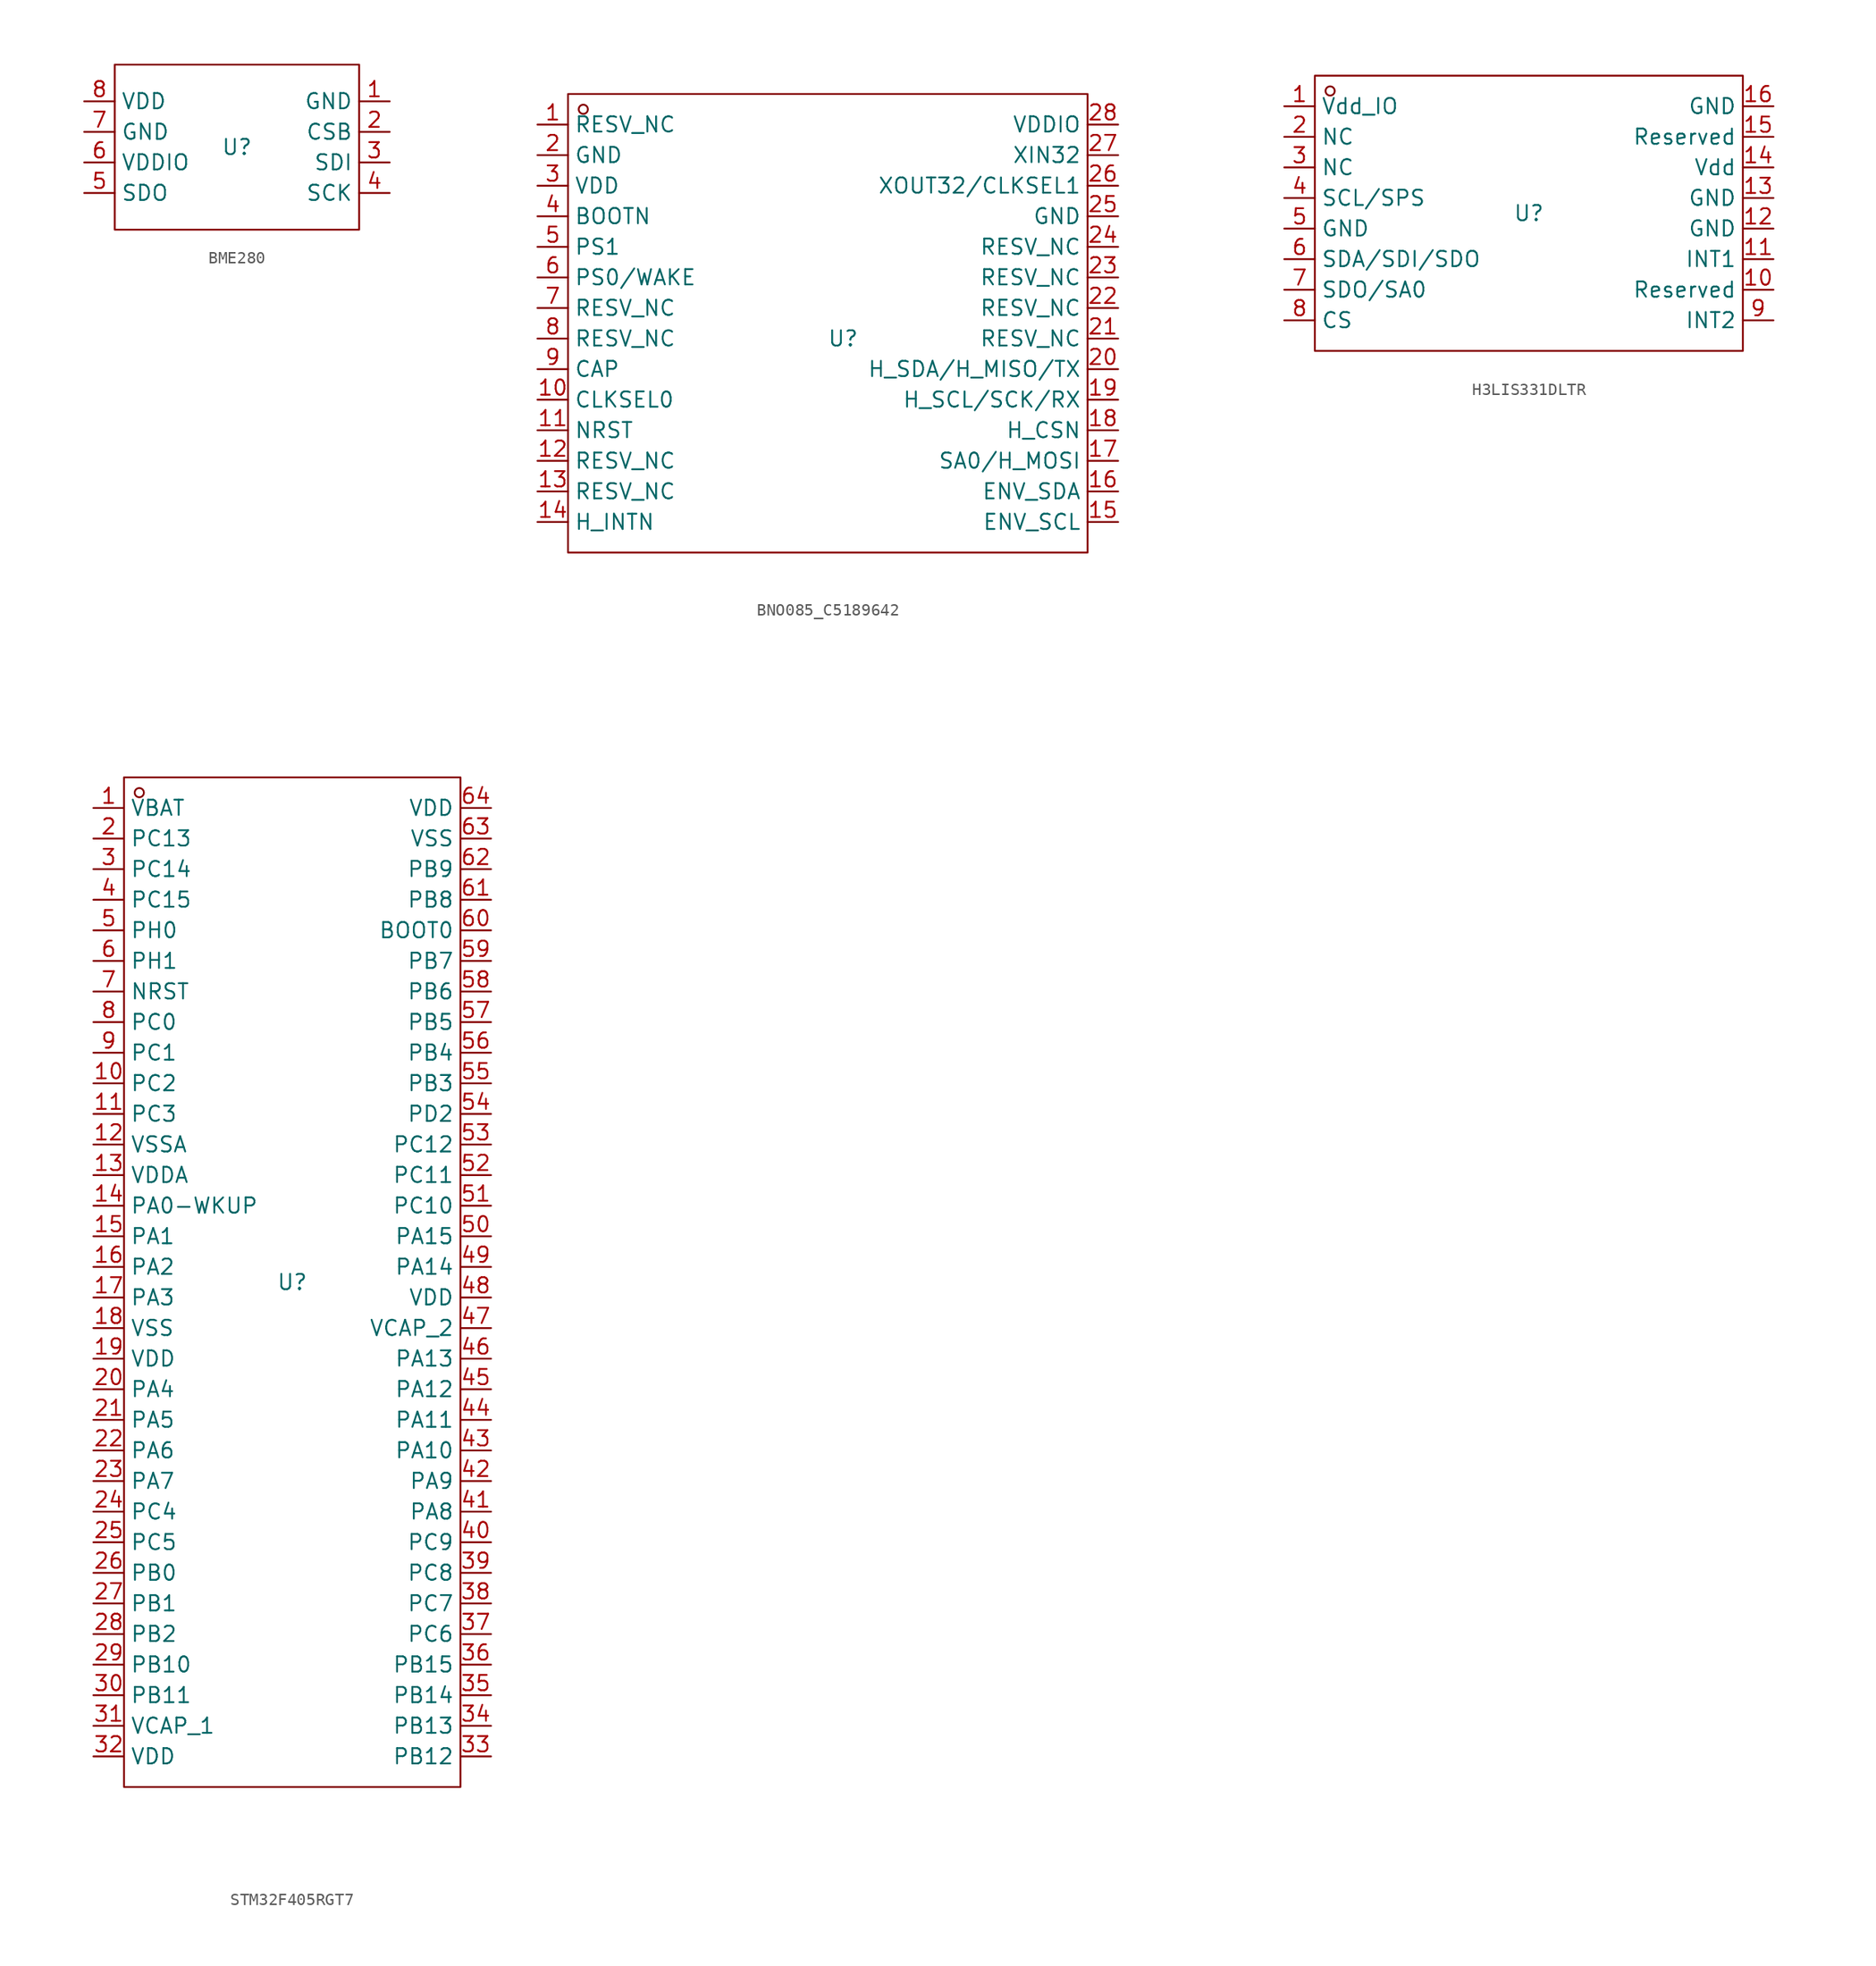
<source format=kicad_sym>
(kicad_symbol_lib
  (version 20241209)
  (generator "kicad_symbol_editor")
  (generator_version "9.0")
  (symbol "BME280"
    (property "Reference" "U"
      (at 0 0 0)
      (effects (font (size 1.27 1.27))))
    (property "Value" ""
      (at 0 0 0)
      (effects (font (size 1.27 1.27))))
    (symbol "BME280_1_0"
      (rectangle (start -10.16 -6.858) (end 10.16 6.858) (stroke (width 0) (type default)) (fill (type none)))
      (pin unspecified line (at -12.7 3.81 0) (length 2.54) (name "VDD" (effects (font (size 1.27 1.27)))) (number "8" (effects (font (size 1.27 1.27)))))
      (pin unspecified line (at -12.7 1.27 0) (length 2.54) (name "GND" (effects (font (size 1.27 1.27)))) (number "7" (effects (font (size 1.27 1.27)))))
      (pin unspecified line (at -12.7 -1.27 0) (length 2.54) (name "VDDIO" (effects (font (size 1.27 1.27)))) (number "6" (effects (font (size 1.27 1.27)))))
      (pin unspecified line (at -12.7 -3.81 0) (length 2.54) (name "SDO" (effects (font (size 1.27 1.27)))) (number "5" (effects (font (size 1.27 1.27)))))
      (pin unspecified line (at 12.7 3.81 180) (length 2.54) (name "GND" (effects (font (size 1.27 1.27)))) (number "1" (effects (font (size 1.27 1.27)))))
      (pin unspecified line (at 12.7 1.27 180) (length 2.54) (name "CSB" (effects (font (size 1.27 1.27)))) (number "2" (effects (font (size 1.27 1.27)))))
      (pin unspecified line (at 12.7 -1.27 180) (length 2.54) (name "SDI" (effects (font (size 1.27 1.27)))) (number "3" (effects (font (size 1.27 1.27)))))
      (pin unspecified line (at 12.7 -3.81 180) (length 2.54) (name "SCK" (effects (font (size 1.27 1.27)))) (number "4" (effects (font (size 1.27 1.27)))))))
  (symbol "BNO085_C5189642"
    (property "Reference" "U"
      (at 0 0 0)
      (effects (font (size 1.27 1.27))))
    (property "Value" ""
      (at 0 0 0)
      (effects (font (size 1.27 1.27))))
    (symbol "BNO085_C5189642_1_0"
      (rectangle (start -22.86 -17.78) (end 20.32 20.32) (stroke (width 0) (type default)) (fill (type none)))
      (circle (center -21.59 19.05) (radius 0.381) (stroke (width 0) (type default)) (fill (type none)))
      (pin unspecified line (at -25.4 17.78 0) (length 2.54) (name "RESV_NC" (effects (font (size 1.27 1.27)))) (number "1" (effects (font (size 1.27 1.27)))))
      (pin unspecified line (at -25.4 15.24 0) (length 2.54) (name "GND" (effects (font (size 1.27 1.27)))) (number "2" (effects (font (size 1.27 1.27)))))
      (pin unspecified line (at -25.4 12.7 0) (length 2.54) (name "VDD" (effects (font (size 1.27 1.27)))) (number "3" (effects (font (size 1.27 1.27)))))
      (pin unspecified line (at -25.4 10.16 0) (length 2.54) (name "BOOTN" (effects (font (size 1.27 1.27)))) (number "4" (effects (font (size 1.27 1.27)))))
      (pin unspecified line (at -25.4 7.62 0) (length 2.54) (name "PS1" (effects (font (size 1.27 1.27)))) (number "5" (effects (font (size 1.27 1.27)))))
      (pin unspecified line (at -25.4 5.08 0) (length 2.54) (name "PS0/WAKE" (effects (font (size 1.27 1.27)))) (number "6" (effects (font (size 1.27 1.27)))))
      (pin unspecified line (at -25.4 2.54 0) (length 2.54) (name "RESV_NC" (effects (font (size 1.27 1.27)))) (number "7" (effects (font (size 1.27 1.27)))))
      (pin unspecified line (at -25.4 0 0) (length 2.54) (name "RESV_NC" (effects (font (size 1.27 1.27)))) (number "8" (effects (font (size 1.27 1.27)))))
      (pin unspecified line (at -25.4 -2.54 0) (length 2.54) (name "CAP" (effects (font (size 1.27 1.27)))) (number "9" (effects (font (size 1.27 1.27)))))
      (pin unspecified line (at -25.4 -5.08 0) (length 2.54) (name "CLKSEL0" (effects (font (size 1.27 1.27)))) (number "10" (effects (font (size 1.27 1.27)))))
      (pin unspecified line (at -25.4 -7.62 0) (length 2.54) (name "NRST" (effects (font (size 1.27 1.27)))) (number "11" (effects (font (size 1.27 1.27)))))
      (pin unspecified line (at -25.4 -10.16 0) (length 2.54) (name "RESV_NC" (effects (font (size 1.27 1.27)))) (number "12" (effects (font (size 1.27 1.27)))))
      (pin unspecified line (at -25.4 -12.7 0) (length 2.54) (name "RESV_NC" (effects (font (size 1.27 1.27)))) (number "13" (effects (font (size 1.27 1.27)))))
      (pin unspecified line (at -25.4 -15.24 0) (length 2.54) (name "H_INTN" (effects (font (size 1.27 1.27)))) (number "14" (effects (font (size 1.27 1.27)))))
      (pin unspecified line (at 22.86 17.78 180) (length 2.54) (name "VDDIO" (effects (font (size 1.27 1.27)))) (number "28" (effects (font (size 1.27 1.27)))))
      (pin unspecified line (at 22.86 15.24 180) (length 2.54) (name "XIN32" (effects (font (size 1.27 1.27)))) (number "27" (effects (font (size 1.27 1.27)))))
      (pin unspecified line (at 22.86 12.7 180) (length 2.54) (name "XOUT32/CLKSEL1" (effects (font (size 1.27 1.27)))) (number "26" (effects (font (size 1.27 1.27)))))
      (pin unspecified line (at 22.86 10.16 180) (length 2.54) (name "GND" (effects (font (size 1.27 1.27)))) (number "25" (effects (font (size 1.27 1.27)))))
      (pin unspecified line (at 22.86 7.62 180) (length 2.54) (name "RESV_NC" (effects (font (size 1.27 1.27)))) (number "24" (effects (font (size 1.27 1.27)))))
      (pin unspecified line (at 22.86 5.08 180) (length 2.54) (name "RESV_NC" (effects (font (size 1.27 1.27)))) (number "23" (effects (font (size 1.27 1.27)))))
      (pin unspecified line (at 22.86 2.54 180) (length 2.54) (name "RESV_NC" (effects (font (size 1.27 1.27)))) (number "22" (effects (font (size 1.27 1.27)))))
      (pin unspecified line (at 22.86 0 180) (length 2.54) (name "RESV_NC" (effects (font (size 1.27 1.27)))) (number "21" (effects (font (size 1.27 1.27)))))
      (pin unspecified line (at 22.86 -2.54 180) (length 2.54) (name "H_SDA/H_MISO/TX" (effects (font (size 1.27 1.27)))) (number "20" (effects (font (size 1.27 1.27)))))
      (pin unspecified line (at 22.86 -5.08 180) (length 2.54) (name "H_SCL/SCK/RX" (effects (font (size 1.27 1.27)))) (number "19" (effects (font (size 1.27 1.27)))))
      (pin unspecified line (at 22.86 -7.62 180) (length 2.54) (name "H_CSN" (effects (font (size 1.27 1.27)))) (number "18" (effects (font (size 1.27 1.27)))))
      (pin unspecified line (at 22.86 -10.16 180) (length 2.54) (name "SA0/H_MOSI" (effects (font (size 1.27 1.27)))) (number "17" (effects (font (size 1.27 1.27)))))
      (pin unspecified line (at 22.86 -12.7 180) (length 2.54) (name "ENV_SDA" (effects (font (size 1.27 1.27)))) (number "16" (effects (font (size 1.27 1.27)))))
      (pin unspecified line (at 22.86 -15.24 180) (length 2.54) (name "ENV_SCL" (effects (font (size 1.27 1.27)))) (number "15" (effects (font (size 1.27 1.27)))))))
  (symbol "H3LIS331DLTR"
    (property "Reference" "U"
      (at 0 0 0)
      (effects (font (size 1.27 1.27))))
    (property "Value" ""
      (at 0 0 0)
      (effects (font (size 1.27 1.27))))
    (symbol "H3LIS331DLTR_1_0"
      (rectangle (start -17.78 -11.43) (end 17.78 11.43) (stroke (width 0) (type default)) (fill (type none)))
      (circle (center -16.51 10.16) (radius 0.381) (stroke (width 0) (type default)) (fill (type none)))
      (pin unspecified line (at -20.32 8.89 0) (length 2.54) (name "Vdd_IO" (effects (font (size 1.27 1.27)))) (number "1" (effects (font (size 1.27 1.27)))))
      (pin unspecified line (at -20.32 6.35 0) (length 2.54) (name "NC" (effects (font (size 1.27 1.27)))) (number "2" (effects (font (size 1.27 1.27)))))
      (pin unspecified line (at -20.32 3.81 0) (length 2.54) (name "NC" (effects (font (size 1.27 1.27)))) (number "3" (effects (font (size 1.27 1.27)))))
      (pin unspecified line (at -20.32 1.27 0) (length 2.54) (name "SCL/SPS" (effects (font (size 1.27 1.27)))) (number "4" (effects (font (size 1.27 1.27)))))
      (pin unspecified line (at -20.32 -1.27 0) (length 2.54) (name "GND" (effects (font (size 1.27 1.27)))) (number "5" (effects (font (size 1.27 1.27)))))
      (pin unspecified line (at -20.32 -3.81 0) (length 2.54) (name "SDA/SDI/SDO" (effects (font (size 1.27 1.27)))) (number "6" (effects (font (size 1.27 1.27)))))
      (pin unspecified line (at -20.32 -6.35 0) (length 2.54) (name "SDO/SA0" (effects (font (size 1.27 1.27)))) (number "7" (effects (font (size 1.27 1.27)))))
      (pin unspecified line (at -20.32 -8.89 0) (length 2.54) (name "CS" (effects (font (size 1.27 1.27)))) (number "8" (effects (font (size 1.27 1.27)))))
      (pin unspecified line (at 20.32 8.89 180) (length 2.54) (name "GND" (effects (font (size 1.27 1.27)))) (number "16" (effects (font (size 1.27 1.27)))))
      (pin unspecified line (at 20.32 6.35 180) (length 2.54) (name "Reserved" (effects (font (size 1.27 1.27)))) (number "15" (effects (font (size 1.27 1.27)))))
      (pin unspecified line (at 20.32 3.81 180) (length 2.54) (name "Vdd" (effects (font (size 1.27 1.27)))) (number "14" (effects (font (size 1.27 1.27)))))
      (pin unspecified line (at 20.32 1.27 180) (length 2.54) (name "GND" (effects (font (size 1.27 1.27)))) (number "13" (effects (font (size 1.27 1.27)))))
      (pin unspecified line (at 20.32 -1.27 180) (length 2.54) (name "GND" (effects (font (size 1.27 1.27)))) (number "12" (effects (font (size 1.27 1.27)))))
      (pin unspecified line (at 20.32 -3.81 180) (length 2.54) (name "INT1" (effects (font (size 1.27 1.27)))) (number "11" (effects (font (size 1.27 1.27)))))
      (pin unspecified line (at 20.32 -6.35 180) (length 2.54) (name "Reserved" (effects (font (size 1.27 1.27)))) (number "10" (effects (font (size 1.27 1.27)))))
      (pin unspecified line (at 20.32 -8.89 180) (length 2.54) (name "INT2" (effects (font (size 1.27 1.27)))) (number "9" (effects (font (size 1.27 1.27)))))))
  (symbol "STM32F405RGT7"
    (property "Reference" "U"
      (at 0 0 0)
      (effects (font (size 1.27 1.27))))
    (property "Value" ""
      (at 0 0 0)
      (effects (font (size 1.27 1.27))))
    (symbol "STM32F405RGT7_1_0"
      (rectangle (start -13.97 -41.91) (end 13.97 41.91) (stroke (width 0) (type default)) (fill (type none)))
      (circle (center -12.7 40.64) (radius 0.381) (stroke (width 0) (type default)) (fill (type none)))
      (pin unspecified line (at -16.51 39.37 0) (length 2.54) (name "VBAT" (effects (font (size 1.27 1.27)))) (number "1" (effects (font (size 1.27 1.27)))))
      (pin unspecified line (at -16.51 36.83 0) (length 2.54) (name "PC13" (effects (font (size 1.27 1.27)))) (number "2" (effects (font (size 1.27 1.27)))))
      (pin unspecified line (at -16.51 34.29 0) (length 2.54) (name "PC14" (effects (font (size 1.27 1.27)))) (number "3" (effects (font (size 1.27 1.27)))))
      (pin unspecified line (at -16.51 31.75 0) (length 2.54) (name "PC15" (effects (font (size 1.27 1.27)))) (number "4" (effects (font (size 1.27 1.27)))))
      (pin unspecified line (at -16.51 29.21 0) (length 2.54) (name "PH0" (effects (font (size 1.27 1.27)))) (number "5" (effects (font (size 1.27 1.27)))))
      (pin unspecified line (at -16.51 26.67 0) (length 2.54) (name "PH1" (effects (font (size 1.27 1.27)))) (number "6" (effects (font (size 1.27 1.27)))))
      (pin unspecified line (at -16.51 24.13 0) (length 2.54) (name "NRST" (effects (font (size 1.27 1.27)))) (number "7" (effects (font (size 1.27 1.27)))))
      (pin unspecified line (at -16.51 21.59 0) (length 2.54) (name "PC0" (effects (font (size 1.27 1.27)))) (number "8" (effects (font (size 1.27 1.27)))))
      (pin unspecified line (at -16.51 19.05 0) (length 2.54) (name "PC1" (effects (font (size 1.27 1.27)))) (number "9" (effects (font (size 1.27 1.27)))))
      (pin unspecified line (at -16.51 16.51 0) (length 2.54) (name "PC2" (effects (font (size 1.27 1.27)))) (number "10" (effects (font (size 1.27 1.27)))))
      (pin unspecified line (at -16.51 13.97 0) (length 2.54) (name "PC3" (effects (font (size 1.27 1.27)))) (number "11" (effects (font (size 1.27 1.27)))))
      (pin unspecified line (at -16.51 11.43 0) (length 2.54) (name "VSSA" (effects (font (size 1.27 1.27)))) (number "12" (effects (font (size 1.27 1.27)))))
      (pin unspecified line (at -16.51 8.89 0) (length 2.54) (name "VDDA" (effects (font (size 1.27 1.27)))) (number "13" (effects (font (size 1.27 1.27)))))
      (pin unspecified line (at -16.51 6.35 0) (length 2.54) (name "PA0-WKUP" (effects (font (size 1.27 1.27)))) (number "14" (effects (font (size 1.27 1.27)))))
      (pin unspecified line (at -16.51 3.81 0) (length 2.54) (name "PA1" (effects (font (size 1.27 1.27)))) (number "15" (effects (font (size 1.27 1.27)))))
      (pin unspecified line (at -16.51 1.27 0) (length 2.54) (name "PA2" (effects (font (size 1.27 1.27)))) (number "16" (effects (font (size 1.27 1.27)))))
      (pin unspecified line (at -16.51 -1.27 0) (length 2.54) (name "PA3" (effects (font (size 1.27 1.27)))) (number "17" (effects (font (size 1.27 1.27)))))
      (pin unspecified line (at -16.51 -3.81 0) (length 2.54) (name "VSS" (effects (font (size 1.27 1.27)))) (number "18" (effects (font (size 1.27 1.27)))))
      (pin unspecified line (at -16.51 -6.35 0) (length 2.54) (name "VDD" (effects (font (size 1.27 1.27)))) (number "19" (effects (font (size 1.27 1.27)))))
      (pin unspecified line (at -16.51 -8.89 0) (length 2.54) (name "PA4" (effects (font (size 1.27 1.27)))) (number "20" (effects (font (size 1.27 1.27)))))
      (pin unspecified line (at -16.51 -11.43 0) (length 2.54) (name "PA5" (effects (font (size 1.27 1.27)))) (number "21" (effects (font (size 1.27 1.27)))))
      (pin unspecified line (at -16.51 -13.97 0) (length 2.54) (name "PA6" (effects (font (size 1.27 1.27)))) (number "22" (effects (font (size 1.27 1.27)))))
      (pin unspecified line (at -16.51 -16.51 0) (length 2.54) (name "PA7" (effects (font (size 1.27 1.27)))) (number "23" (effects (font (size 1.27 1.27)))))
      (pin unspecified line (at -16.51 -19.05 0) (length 2.54) (name "PC4" (effects (font (size 1.27 1.27)))) (number "24" (effects (font (size 1.27 1.27)))))
      (pin unspecified line (at -16.51 -21.59 0) (length 2.54) (name "PC5" (effects (font (size 1.27 1.27)))) (number "25" (effects (font (size 1.27 1.27)))))
      (pin unspecified line (at -16.51 -24.13 0) (length 2.54) (name "PB0" (effects (font (size 1.27 1.27)))) (number "26" (effects (font (size 1.27 1.27)))))
      (pin unspecified line (at -16.51 -26.67 0) (length 2.54) (name "PB1" (effects (font (size 1.27 1.27)))) (number "27" (effects (font (size 1.27 1.27)))))
      (pin unspecified line (at -16.51 -29.21 0) (length 2.54) (name "PB2" (effects (font (size 1.27 1.27)))) (number "28" (effects (font (size 1.27 1.27)))))
      (pin unspecified line (at -16.51 -31.75 0) (length 2.54) (name "PB10" (effects (font (size 1.27 1.27)))) (number "29" (effects (font (size 1.27 1.27)))))
      (pin unspecified line (at -16.51 -34.29 0) (length 2.54) (name "PB11" (effects (font (size 1.27 1.27)))) (number "30" (effects (font (size 1.27 1.27)))))
      (pin unspecified line (at -16.51 -36.83 0) (length 2.54) (name "VCAP_1" (effects (font (size 1.27 1.27)))) (number "31" (effects (font (size 1.27 1.27)))))
      (pin unspecified line (at -16.51 -39.37 0) (length 2.54) (name "VDD" (effects (font (size 1.27 1.27)))) (number "32" (effects (font (size 1.27 1.27)))))
      (pin unspecified line (at 16.51 39.37 180) (length 2.54) (name "VDD" (effects (font (size 1.27 1.27)))) (number "64" (effects (font (size 1.27 1.27)))))
      (pin unspecified line (at 16.51 36.83 180) (length 2.54) (name "VSS" (effects (font (size 1.27 1.27)))) (number "63" (effects (font (size 1.27 1.27)))))
      (pin unspecified line (at 16.51 34.29 180) (length 2.54) (name "PB9" (effects (font (size 1.27 1.27)))) (number "62" (effects (font (size 1.27 1.27)))))
      (pin unspecified line (at 16.51 31.75 180) (length 2.54) (name "PB8" (effects (font (size 1.27 1.27)))) (number "61" (effects (font (size 1.27 1.27)))))
      (pin unspecified line (at 16.51 29.21 180) (length 2.54) (name "BOOT0" (effects (font (size 1.27 1.27)))) (number "60" (effects (font (size 1.27 1.27)))))
      (pin unspecified line (at 16.51 26.67 180) (length 2.54) (name "PB7" (effects (font (size 1.27 1.27)))) (number "59" (effects (font (size 1.27 1.27)))))
      (pin unspecified line (at 16.51 24.13 180) (length 2.54) (name "PB6" (effects (font (size 1.27 1.27)))) (number "58" (effects (font (size 1.27 1.27)))))
      (pin unspecified line (at 16.51 21.59 180) (length 2.54) (name "PB5" (effects (font (size 1.27 1.27)))) (number "57" (effects (font (size 1.27 1.27)))))
      (pin unspecified line (at 16.51 19.05 180) (length 2.54) (name "PB4" (effects (font (size 1.27 1.27)))) (number "56" (effects (font (size 1.27 1.27)))))
      (pin unspecified line (at 16.51 16.51 180) (length 2.54) (name "PB3" (effects (font (size 1.27 1.27)))) (number "55" (effects (font (size 1.27 1.27)))))
      (pin unspecified line (at 16.51 13.97 180) (length 2.54) (name "PD2" (effects (font (size 1.27 1.27)))) (number "54" (effects (font (size 1.27 1.27)))))
      (pin unspecified line (at 16.51 11.43 180) (length 2.54) (name "PC12" (effects (font (size 1.27 1.27)))) (number "53" (effects (font (size 1.27 1.27)))))
      (pin unspecified line (at 16.51 8.89 180) (length 2.54) (name "PC11" (effects (font (size 1.27 1.27)))) (number "52" (effects (font (size 1.27 1.27)))))
      (pin unspecified line (at 16.51 6.35 180) (length 2.54) (name "PC10" (effects (font (size 1.27 1.27)))) (number "51" (effects (font (size 1.27 1.27)))))
      (pin unspecified line (at 16.51 3.81 180) (length 2.54) (name "PA15" (effects (font (size 1.27 1.27)))) (number "50" (effects (font (size 1.27 1.27)))))
      (pin unspecified line (at 16.51 1.27 180) (length 2.54) (name "PA14" (effects (font (size 1.27 1.27)))) (number "49" (effects (font (size 1.27 1.27)))))
      (pin unspecified line (at 16.51 -1.27 180) (length 2.54) (name "VDD" (effects (font (size 1.27 1.27)))) (number "48" (effects (font (size 1.27 1.27)))))
      (pin unspecified line (at 16.51 -3.81 180) (length 2.54) (name "VCAP_2" (effects (font (size 1.27 1.27)))) (number "47" (effects (font (size 1.27 1.27)))))
      (pin unspecified line (at 16.51 -6.35 180) (length 2.54) (name "PA13" (effects (font (size 1.27 1.27)))) (number "46" (effects (font (size 1.27 1.27)))))
      (pin unspecified line (at 16.51 -8.89 180) (length 2.54) (name "PA12" (effects (font (size 1.27 1.27)))) (number "45" (effects (font (size 1.27 1.27)))))
      (pin unspecified line (at 16.51 -11.43 180) (length 2.54) (name "PA11" (effects (font (size 1.27 1.27)))) (number "44" (effects (font (size 1.27 1.27)))))
      (pin unspecified line (at 16.51 -13.97 180) (length 2.54) (name "PA10" (effects (font (size 1.27 1.27)))) (number "43" (effects (font (size 1.27 1.27)))))
      (pin unspecified line (at 16.51 -16.51 180) (length 2.54) (name "PA9" (effects (font (size 1.27 1.27)))) (number "42" (effects (font (size 1.27 1.27)))))
      (pin unspecified line (at 16.51 -19.05 180) (length 2.54) (name "PA8" (effects (font (size 1.27 1.27)))) (number "41" (effects (font (size 1.27 1.27)))))
      (pin unspecified line (at 16.51 -21.59 180) (length 2.54) (name "PC9" (effects (font (size 1.27 1.27)))) (number "40" (effects (font (size 1.27 1.27)))))
      (pin unspecified line (at 16.51 -24.13 180) (length 2.54) (name "PC8" (effects (font (size 1.27 1.27)))) (number "39" (effects (font (size 1.27 1.27)))))
      (pin unspecified line (at 16.51 -26.67 180) (length 2.54) (name "PC7" (effects (font (size 1.27 1.27)))) (number "38" (effects (font (size 1.27 1.27)))))
      (pin unspecified line (at 16.51 -29.21 180) (length 2.54) (name "PC6" (effects (font (size 1.27 1.27)))) (number "37" (effects (font (size 1.27 1.27)))))
      (pin unspecified line (at 16.51 -31.75 180) (length 2.54) (name "PB15" (effects (font (size 1.27 1.27)))) (number "36" (effects (font (size 1.27 1.27)))))
      (pin unspecified line (at 16.51 -34.29 180) (length 2.54) (name "PB14" (effects (font (size 1.27 1.27)))) (number "35" (effects (font (size 1.27 1.27)))))
      (pin unspecified line (at 16.51 -36.83 180) (length 2.54) (name "PB13" (effects (font (size 1.27 1.27)))) (number "34" (effects (font (size 1.27 1.27)))))
      (pin unspecified line (at 16.51 -39.37 180) (length 2.54) (name "PB12" (effects (font (size 1.27 1.27)))) (number "33" (effects (font (size 1.27 1.27))))))))
</source>
